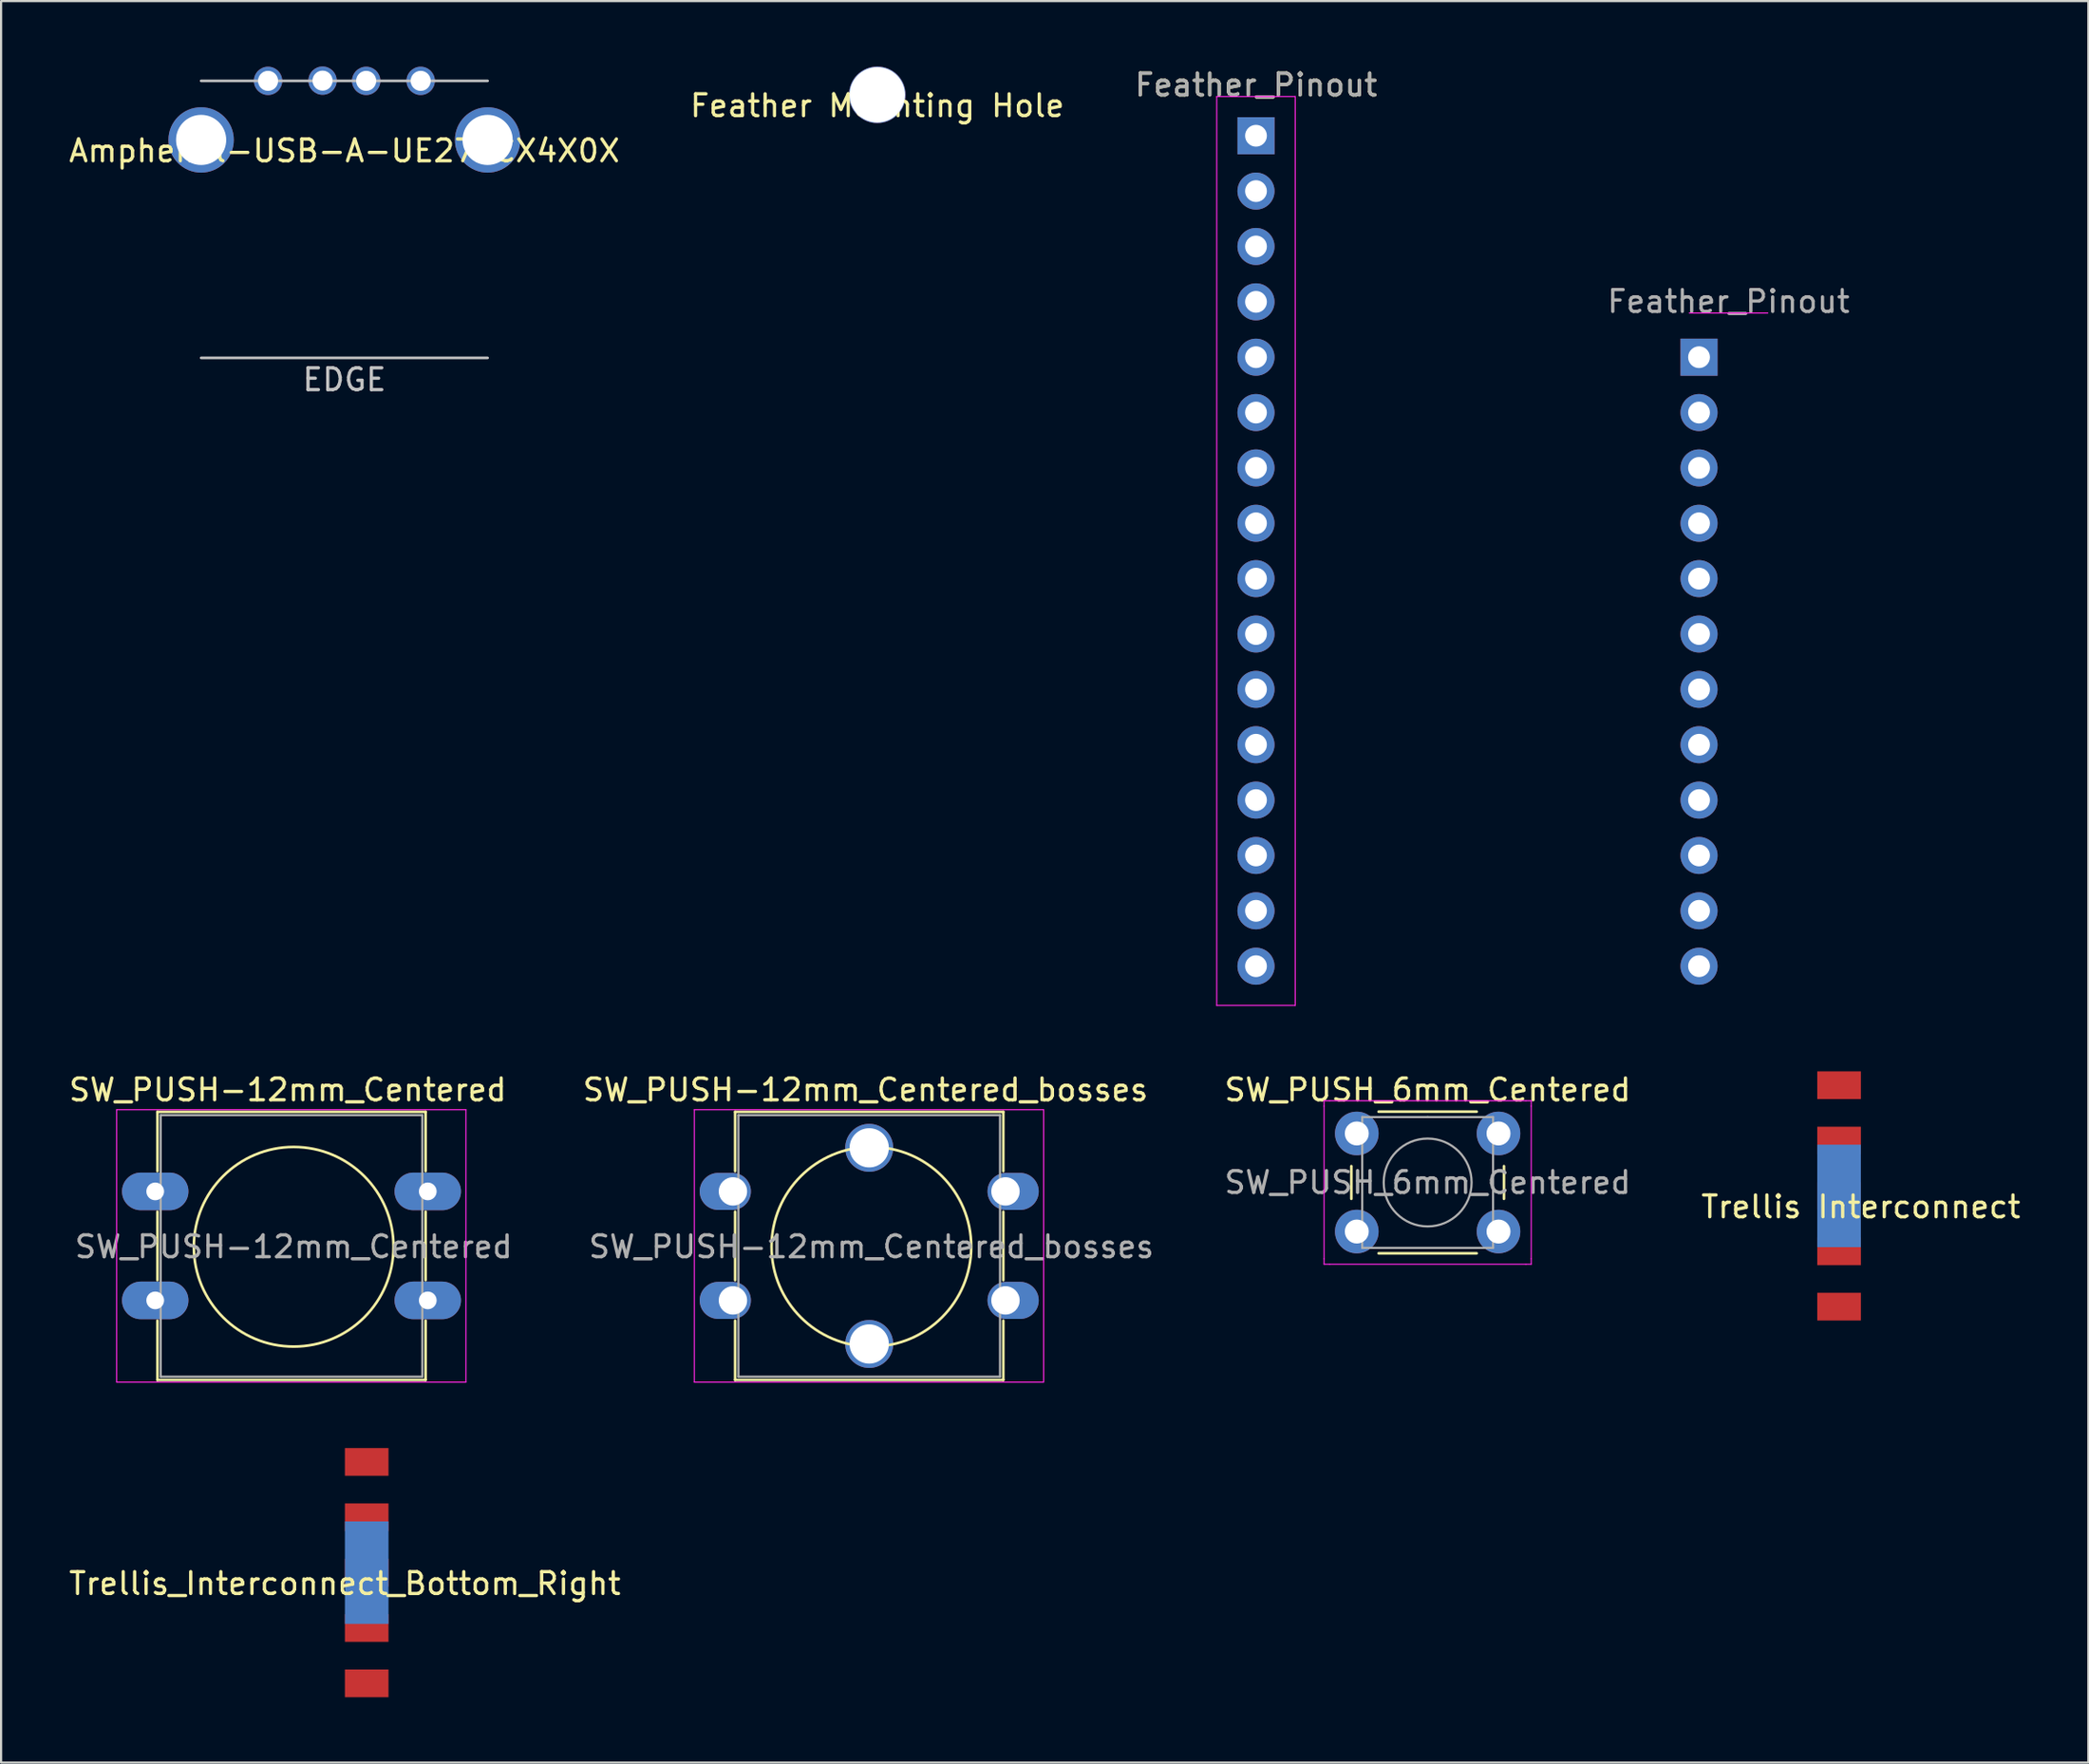
<source format=kicad_pcb>
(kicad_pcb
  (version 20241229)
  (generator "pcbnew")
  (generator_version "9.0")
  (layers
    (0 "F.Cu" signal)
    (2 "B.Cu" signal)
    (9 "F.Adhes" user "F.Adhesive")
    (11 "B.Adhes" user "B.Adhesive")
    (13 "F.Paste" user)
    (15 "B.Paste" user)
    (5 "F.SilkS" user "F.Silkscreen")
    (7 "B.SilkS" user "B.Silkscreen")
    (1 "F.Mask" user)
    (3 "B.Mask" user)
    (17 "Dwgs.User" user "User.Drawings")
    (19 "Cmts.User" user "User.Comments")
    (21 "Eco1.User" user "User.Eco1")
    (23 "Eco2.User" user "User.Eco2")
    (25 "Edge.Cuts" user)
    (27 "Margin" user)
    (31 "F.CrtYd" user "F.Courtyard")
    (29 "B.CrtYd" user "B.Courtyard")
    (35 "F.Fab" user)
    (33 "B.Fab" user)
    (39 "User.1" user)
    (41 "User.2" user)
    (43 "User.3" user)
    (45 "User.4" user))
  (footprint "Feather Mounting Hole"
    (layer "F.Cu")
    (at 37.185 1.3)
    (property "Reference" "Feather Mounting Hole" (at 0 0.5 0) (layer "F.SilkS") (effects (font (size 1 1) (thickness 0.15))))
    (attr through_hole)
    (pad "1" thru_hole circle (at 0 0) (size 2.6 2.6) (drill 2.54) (layers "*.Cu" "*.Mask")))
  (footprint "Trellis Interconnect"
    (layer "F.Cu")
    (at 82.296 51.818)
    (property "Reference" "Trellis Interconnect" (at 0 0.5 0) (layer "F.SilkS") (effects (font (size 1 1) (thickness 0.15))))
    (attr through_hole)
    (pad "" connect rect (at -1 0) (size 2 4.7) (layers "B.Cu" "B.Mask"))
    (pad "1" smd rect (at -1 -5.08) (size 2 1.27) (layers "F.Cu" "F.Mask" "F.Paste"))
    (pad "2" smd rect (at -1 -2.54) (size 2 1.27) (layers "F.Cu" "F.Mask" "F.Paste"))
    (pad "3" smd rect (at -1 0) (size 2 1.27) (layers "F.Cu" "F.Mask" "F.Paste"))
    (pad "4" smd rect (at -1 2.54) (size 2 1.27) (layers "F.Cu" "F.Mask" "F.Paste"))
    (pad "5" smd rect (at -1 5.08) (size 2 1.27) (layers "F.Cu" "F.Mask" "F.Paste")))
  (footprint "SW_PUSH-12mm_Centered_bosses"
    (layer "F.Cu")
    (at 36.815 54.111)
    (property "Reference" "SW_PUSH-12mm_Centered_bosses" (at -0.17 -7.16 0) (layer "F.SilkS") (effects (font (size 1 1) (thickness 0.15))))
    (attr through_hole)
    (fp_line (start -6.15 -6.15) (end 6.15 -6.15) (stroke (width 0.12) (type solid)) (layer "F.SilkS"))
    (fp_line (start -6.15 -3.43) (end -6.15 -6.15) (stroke (width 0.12) (type solid)) (layer "F.SilkS"))
    (fp_line (start -6.15 1.57) (end -6.15 -1.57) (stroke (width 0.12) (type solid)) (layer "F.SilkS"))
    (fp_line (start -6.15 6.15) (end -6.15 3.43) (stroke (width 0.12) (type solid)) (layer "F.SilkS"))
    (fp_line (start 6.15 -6.15) (end 6.15 -3.43) (stroke (width 0.12) (type solid)) (layer "F.SilkS"))
    (fp_line (start 6.15 -1.57) (end 6.15 1.57) (stroke (width 0.12) (type solid)) (layer "F.SilkS"))
    (fp_line (start 6.15 3.43) (end 6.15 6.15) (stroke (width 0.12) (type solid)) (layer "F.SilkS"))
    (fp_line (start 6.15 6.15) (end -6.15 6.15) (stroke (width 0.12) (type solid)) (layer "F.SilkS"))
    (fp_circle (center 0.1 0.04) (end 3.91 2.58) (stroke (width 0.12) (type solid)) (fill no) (layer "F.SilkS"))
    (fp_line (start -8.02 -6.25) (end -8.02 6.25) (stroke (width 0.05) (type solid)) (layer "F.CrtYd"))
    (fp_line (start -8.02 -6.25) (end 8 -6.25) (stroke (width 0.05) (type solid)) (layer "F.CrtYd"))
    (fp_line (start 8 6.25) (end -8.02 6.25) (stroke (width 0.05) (type solid)) (layer "F.CrtYd"))
    (fp_line (start 8 6.25) (end 8 -6.25) (stroke (width 0.05) (type solid)) (layer "F.CrtYd"))
    (fp_line (start -6 -6) (end -6 6) (stroke (width 0.1) (type solid)) (layer "F.Fab"))
    (fp_line (start -6 -6) (end 6 -6) (stroke (width 0.1) (type solid)) (layer "F.Fab"))
    (fp_line (start -6 6) (end 6 6) (stroke (width 0.1) (type solid)) (layer "F.Fab"))
    (fp_line (start 6 -6) (end 6 6) (stroke (width 0.1) (type solid)) (layer "F.Fab"))
    (fp_text user "${REFERENCE}" (at 0.1 0.04 0) (layer "F.Fab") (effects (font (size 1 1) (thickness 0.15))))
    (pad "" thru_hole circle (at 0 -4.5) (size 2.2 2.2) (drill 1.8) (layers "*.Cu" "*.Mask"))
    (pad "" thru_hole circle (at 0 4.5) (size 2.2 2.2) (drill 1.8) (layers "*.Cu" "*.Mask"))
    (pad "1" thru_hole oval (at -6.25 -2.5) (size 2.35 1.7) (drill 1.3 (offset -0.35 0)) (layers "*.Cu" "*.Mask"))
    (pad "1" thru_hole oval (at 6.25 -2.5) (size 2.35 1.7) (drill 1.3 (offset 0.35 0)) (layers "*.Cu" "*.Mask"))
    (pad "2" thru_hole oval (at -6.25 2.5) (size 2.35 1.7) (drill 1.3 (offset -0.35 0)) (layers "*.Cu" "*.Mask"))
    (pad "2" thru_hole oval (at 6.25 2.5) (size 2.35 1.7) (drill 1.3 (offset 0.35 0)) (layers "*.Cu" "*.Mask")))
  (footprint "SW_PUSH_6mm_Centered"
    (layer "F.Cu")
    (at 62.427 51.202)
    (property "Reference" "SW_PUSH_6mm_Centered" (at 0 -4.25 0) (layer "F.SilkS") (effects (font (size 1 1) (thickness 0.15))))
    (attr through_hole)
    (fp_line (start -3.5 -0.75) (end -3.5 0.75) (stroke (width 0.12) (type solid)) (layer "F.SilkS"))
    (fp_line (start -2.25 3.25) (end 2.25 3.25) (stroke (width 0.12) (type solid)) (layer "F.SilkS"))
    (fp_line (start 2.25 -3.25) (end -2.25 -3.25) (stroke (width 0.12) (type solid)) (layer "F.SilkS"))
    (fp_line (start 3.5 0.75) (end 3.5 -0.75) (stroke (width 0.12) (type solid)) (layer "F.SilkS"))
    (fp_line (start -4.75 -3.75) (end -4.5 -3.75) (stroke (width 0.05) (type solid)) (layer "F.CrtYd"))
    (fp_line (start -4.75 -3.5) (end -4.75 -3.75) (stroke (width 0.05) (type solid)) (layer "F.CrtYd"))
    (fp_line (start -4.75 3.5) (end -4.75 -3.5) (stroke (width 0.05) (type solid)) (layer "F.CrtYd"))
    (fp_line (start -4.75 3.5) (end -4.75 3.75) (stroke (width 0.05) (type solid)) (layer "F.CrtYd"))
    (fp_line (start -4.75 3.75) (end -4.5 3.75) (stroke (width 0.05) (type solid)) (layer "F.CrtYd"))
    (fp_line (start -4.5 -3.75) (end 4.5 -3.75) (stroke (width 0.05) (type solid)) (layer "F.CrtYd"))
    (fp_line (start 4.5 -3.75) (end 4.75 -3.75) (stroke (width 0.05) (type solid)) (layer "F.CrtYd"))
    (fp_line (start 4.5 3.75) (end -4.5 3.75) (stroke (width 0.05) (type solid)) (layer "F.CrtYd"))
    (fp_line (start 4.5 3.75) (end 4.75 3.75) (stroke (width 0.05) (type solid)) (layer "F.CrtYd"))
    (fp_line (start 4.75 -3.75) (end 4.75 -3.5) (stroke (width 0.05) (type solid)) (layer "F.CrtYd"))
    (fp_line (start 4.75 -3.5) (end 4.75 3.5) (stroke (width 0.05) (type solid)) (layer "F.CrtYd"))
    (fp_line (start 4.75 3.75) (end 4.75 3.5) (stroke (width 0.05) (type solid)) (layer "F.CrtYd"))
    (fp_line (start -3 -3) (end 0 -3) (stroke (width 0.1) (type solid)) (layer "F.Fab"))
    (fp_line (start -3 3) (end -3 -3) (stroke (width 0.1) (type solid)) (layer "F.Fab"))
    (fp_line (start 0 -3) (end 3 -3) (stroke (width 0.1) (type solid)) (layer "F.Fab"))
    (fp_line (start 3 -3) (end 3 3) (stroke (width 0.1) (type solid)) (layer "F.Fab"))
    (fp_line (start 3 3) (end -3 3) (stroke (width 0.1) (type solid)) (layer "F.Fab"))
    (fp_circle (center 0 0) (end -2 0.25) (stroke (width 0.1) (type solid)) (fill no) (layer "F.Fab"))
    (fp_text user "${REFERENCE}" (at 0 0 0) (layer "F.Fab") (effects (font (size 1 1) (thickness 0.15))))
    (pad "1" thru_hole circle (at -3.25 -2.25 90) (size 2 2) (drill 1.1) (layers "*.Cu" "*.Mask"))
    (pad "1" thru_hole circle (at 3.25 -2.25 90) (size 2 2) (drill 1.1) (layers "*.Cu" "*.Mask"))
    (pad "2" thru_hole circle (at -3.25 2.25 90) (size 2 2) (drill 1.1) (layers "*.Cu" "*.Mask"))
    (pad "2" thru_hole circle (at 3.25 2.25 90) (size 2 2) (drill 1.1) (layers "*.Cu" "*.Mask")))
  (footprint "Feather_Pinout"
    (layer "F.Cu")
    (at 54.554 3.178)
    (property "Reference" "Feather_Pinout" (at 0 -2.33 0) (layer "F.SilkS") (effects (font (size 1 1) (thickness 0.15))))
    (attr through_hole)
    (fp_line (start -1.8 -1.8) (end -1.8 39.9) (stroke (width 0.05) (type solid)) (layer "F.CrtYd"))
    (fp_line (start -1.8 39.9) (end 1.8 39.9) (stroke (width 0.05) (type solid)) (layer "F.CrtYd"))
    (fp_line (start 1.8 -1.8) (end -1.8 -1.8) (stroke (width 0.05) (type solid)) (layer "F.CrtYd"))
    (fp_line (start 1.8 39.9) (end 1.8 -1.8) (stroke (width 0.05) (type solid)) (layer "F.CrtYd"))
    (fp_line (start 23.473 8.134) (end 19.873 8.134) (stroke (width 0.05) (type solid)) (layer "F.CrtYd"))
    (fp_text user "${REFERENCE}" (at 21.673 7.604 0) (layer "F.Fab") (effects (font (size 1 1) (thickness 0.15))))
    (fp_text user "${REFERENCE}" (at 0 -2.33 0) (layer "F.Fab") (effects (font (size 1 1) (thickness 0.15))))
    (pad "1" thru_hole rect (at 0 0) (size 1.7 1.7) (drill 1) (layers "*.Cu" "*.Mask"))
    (pad "2" thru_hole oval (at 0 2.54) (size 1.7 1.7) (drill 1) (layers "*.Cu" "*.Mask"))
    (pad "3" thru_hole oval (at 0 5.08) (size 1.7 1.7) (drill 1) (layers "*.Cu" "*.Mask"))
    (pad "4" thru_hole oval (at 0 7.62) (size 1.7 1.7) (drill 1) (layers "*.Cu" "*.Mask"))
    (pad "5" thru_hole oval (at 0 10.16) (size 1.7 1.7) (drill 1) (layers "*.Cu" "*.Mask"))
    (pad "6" thru_hole oval (at 0 12.7) (size 1.7 1.7) (drill 1) (layers "*.Cu" "*.Mask"))
    (pad "7" thru_hole oval (at 0 15.24) (size 1.7 1.7) (drill 1) (layers "*.Cu" "*.Mask"))
    (pad "8" thru_hole oval (at 0 17.78) (size 1.7 1.7) (drill 1) (layers "*.Cu" "*.Mask"))
    (pad "9" thru_hole oval (at 0 20.32) (size 1.7 1.7) (drill 1) (layers "*.Cu" "*.Mask"))
    (pad "10" thru_hole oval (at 0 22.86) (size 1.7 1.7) (drill 1) (layers "*.Cu" "*.Mask"))
    (pad "11" thru_hole oval (at 0 25.4) (size 1.7 1.7) (drill 1) (layers "*.Cu" "*.Mask"))
    (pad "12" thru_hole oval (at 0 27.94) (size 1.7 1.7) (drill 1) (layers "*.Cu" "*.Mask"))
    (pad "13" thru_hole oval (at 0 30.48) (size 1.7 1.7) (drill 1) (layers "*.Cu" "*.Mask"))
    (pad "14" thru_hole oval (at 0 33.02) (size 1.7 1.7) (drill 1) (layers "*.Cu" "*.Mask"))
    (pad "15" thru_hole oval (at 0 35.56) (size 1.7 1.7) (drill 1) (layers "*.Cu" "*.Mask"))
    (pad "16" thru_hole oval (at 0 38.1) (size 1.7 1.7) (drill 1) (layers "*.Cu" "*.Mask"))
    (pad "17" thru_hole rect (at 20.32 10.16) (size 1.7 1.7) (drill 1) (layers "*.Cu" "*.Mask"))
    (pad "18" thru_hole oval (at 20.32 12.7) (size 1.7 1.7) (drill 1) (layers "*.Cu" "*.Mask"))
    (pad "19" thru_hole oval (at 20.32 15.24) (size 1.7 1.7) (drill 1) (layers "*.Cu" "*.Mask"))
    (pad "20" thru_hole oval (at 20.32 17.78) (size 1.7 1.7) (drill 1) (layers "*.Cu" "*.Mask"))
    (pad "21" thru_hole oval (at 20.32 20.32) (size 1.7 1.7) (drill 1) (layers "*.Cu" "*.Mask"))
    (pad "22" thru_hole oval (at 20.32 22.86) (size 1.7 1.7) (drill 1) (layers "*.Cu" "*.Mask"))
    (pad "23" thru_hole oval (at 20.32 25.4) (size 1.7 1.7) (drill 1) (layers "*.Cu" "*.Mask"))
    (pad "24" thru_hole oval (at 20.32 27.94) (size 1.7 1.7) (drill 1) (layers "*.Cu" "*.Mask"))
    (pad "25" thru_hole oval (at 20.32 30.48) (size 1.7 1.7) (drill 1) (layers "*.Cu" "*.Mask"))
    (pad "26" thru_hole oval (at 20.32 33.02) (size 1.7 1.7) (drill 1) (layers "*.Cu" "*.Mask"))
    (pad "27" thru_hole oval (at 20.32 35.56) (size 1.7 1.7) (drill 1) (layers "*.Cu" "*.Mask"))
    (pad "28" thru_hole oval (at 20.32 38.1) (size 1.7 1.7) (drill 1) (layers "*.Cu" "*.Mask")))
  (footprint "Amphenol-USB-A-UE27ACX4X0X"
    (layer "F.Cu")
    (at 12.744 3.37)
    (property "Reference" "Amphenol-USB-A-UE27ACX4X0X" (at 0 0.5 0) (layer "F.SilkS") (effects (font (size 1 1) (thickness 0.15))))
    (attr through_hole)
    (fp_line (start -6.57 -2.71) (end 6.57 -2.71) (stroke (width 0.12) (type solid)) (layer "Dwgs.User"))
    (fp_line (start -6.57 10) (end 6.57 10) (stroke (width 0.12) (type solid)) (layer "Dwgs.User"))
    (fp_text user "EDGE" (at 0 11 0) (layer "Dwgs.User") (effects (font (size 1 1) (thickness 0.15))))
    (pad "1" thru_hole circle (at -3.5 -2.71) (size 1.3 1.3) (drill 0.92) (layers "*.Cu" "*.Mask"))
    (pad "2" thru_hole circle (at -1 -2.72) (size 1.3 1.3) (drill 0.92) (layers "*.Cu" "*.Mask"))
    (pad "3" thru_hole circle (at 1 -2.71) (size 1.3 1.3) (drill 0.92) (layers "*.Cu" "*.Mask"))
    (pad "4" thru_hole circle (at 3.5 -2.71) (size 1.3 1.3) (drill 0.92) (layers "*.Cu" "*.Mask"))
    (pad "5" thru_hole circle (at -6.57 0) (size 3 3) (drill 2.3) (layers "*.Cu" "*.Mask"))
    (pad "5" thru_hole circle (at 6.57 0) (size 3 3) (drill 2.3) (layers "*.Cu" "*.Mask")))
  (footprint "Trellis_Interconnect_Bottom_Right"
    (layer "F.Cu")
    (at 12.768 69.102)
    (property "Reference" "Trellis_Interconnect_Bottom_Right" (at 0 0.5 0) (layer "F.SilkS") (effects (font (size 1 1) (thickness 0.15))))
    (attr through_hole)
    (pad "" connect rect (at 1 0) (size 2 4.7) (layers "B.Cu" "B.Mask"))
    (pad "1" smd rect (at 1 -5.08) (size 2 1.27) (layers "F.Cu" "F.Mask" "F.Paste"))
    (pad "2" smd rect (at 1 -2.54) (size 2 1.27) (layers "F.Cu" "F.Mask" "F.Paste"))
    (pad "3" smd rect (at 1 0) (size 2 1.27) (layers "F.Cu" "F.Mask" "F.Paste"))
    (pad "4" smd rect (at 1 2.54) (size 2 1.27) (layers "F.Cu" "F.Mask" "F.Paste"))
    (pad "5" smd rect (at 1 5.08) (size 2 1.27) (layers "F.Cu" "F.Mask" "F.Paste")))
  (footprint "SW_PUSH-12mm_Centered"
    (layer "F.Cu")
    (at 10.319 54.111)
    (property "Reference" "SW_PUSH-12mm_Centered" (at -0.17 -7.16 0) (layer "F.SilkS") (effects (font (size 1 1) (thickness 0.15))))
    (attr through_hole)
    (fp_line (start -6.15 -6.15) (end 6.15 -6.15) (stroke (width 0.12) (type solid)) (layer "F.SilkS"))
    (fp_line (start -6.15 -3.43) (end -6.15 -6.15) (stroke (width 0.12) (type solid)) (layer "F.SilkS"))
    (fp_line (start -6.15 1.57) (end -6.15 -1.57) (stroke (width 0.12) (type solid)) (layer "F.SilkS"))
    (fp_line (start -6.15 6.15) (end -6.15 3.43) (stroke (width 0.12) (type solid)) (layer "F.SilkS"))
    (fp_line (start 6.15 -6.15) (end 6.15 -3.43) (stroke (width 0.12) (type solid)) (layer "F.SilkS"))
    (fp_line (start 6.15 -1.57) (end 6.15 1.57) (stroke (width 0.12) (type solid)) (layer "F.SilkS"))
    (fp_line (start 6.15 3.43) (end 6.15 6.15) (stroke (width 0.12) (type solid)) (layer "F.SilkS"))
    (fp_line (start 6.15 6.15) (end -6.15 6.15) (stroke (width 0.12) (type solid)) (layer "F.SilkS"))
    (fp_circle (center 0.1 0.04) (end 3.91 2.58) (stroke (width 0.12) (type solid)) (fill no) (layer "F.SilkS"))
    (fp_line (start -8.02 -6.25) (end -8.02 6.25) (stroke (width 0.05) (type solid)) (layer "F.CrtYd"))
    (fp_line (start -8.02 -6.25) (end 8 -6.25) (stroke (width 0.05) (type solid)) (layer "F.CrtYd"))
    (fp_line (start 8 6.25) (end -8.02 6.25) (stroke (width 0.05) (type solid)) (layer "F.CrtYd"))
    (fp_line (start 8 6.25) (end 8 -6.25) (stroke (width 0.05) (type solid)) (layer "F.CrtYd"))
    (fp_line (start -6 -6) (end -6 6) (stroke (width 0.1) (type solid)) (layer "F.Fab"))
    (fp_line (start -6 -6) (end 6 -6) (stroke (width 0.1) (type solid)) (layer "F.Fab"))
    (fp_line (start -6 6) (end 6 6) (stroke (width 0.1) (type solid)) (layer "F.Fab"))
    (fp_line (start 6 -6) (end 6 6) (stroke (width 0.1) (type solid)) (layer "F.Fab"))
    (fp_text user "${REFERENCE}" (at 0.1 0.04 0) (layer "F.Fab") (effects (font (size 1 1) (thickness 0.15))))
    (pad "1" thru_hole oval (at -6.25 -2.5) (size 3.048 1.727) (drill 0.813) (layers "*.Cu" "*.Mask"))
    (pad "1" thru_hole oval (at 6.25 -2.5) (size 3.048 1.727) (drill 0.813) (layers "*.Cu" "*.Mask"))
    (pad "2" thru_hole oval (at -6.25 2.5) (size 3.048 1.727) (drill 0.813) (layers "*.Cu" "*.Mask"))
    (pad "2" thru_hole oval (at 6.25 2.5) (size 3.048 1.727) (drill 0.813) (layers "*.Cu" "*.Mask")))
  (gr_rect
    (start -3 -3)
    (end 92.73 77.817)
    (stroke (width 0.1) (type default))
    (fill no)
    (layer "Edge.Cuts")))
</source>
